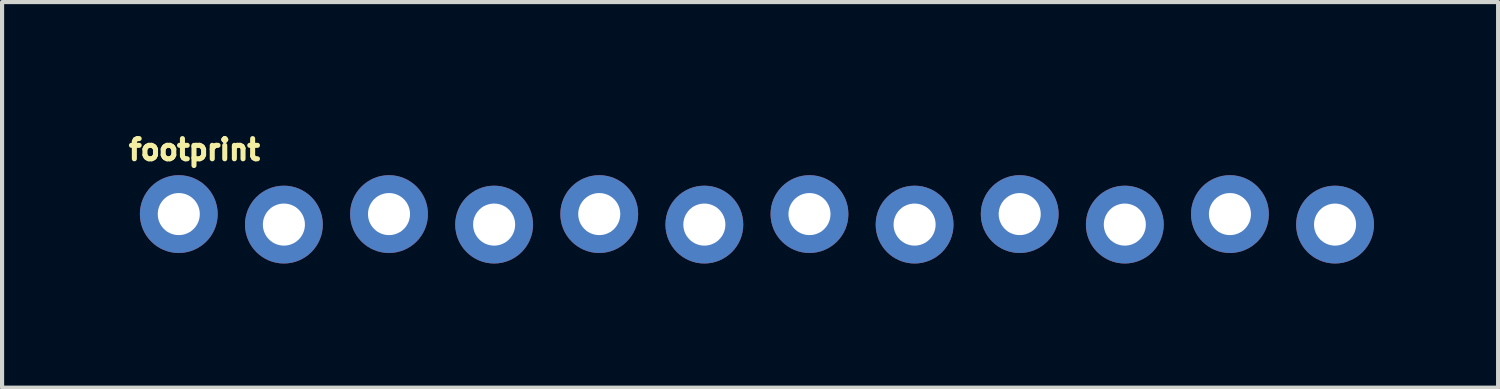
<source format=kicad_pcb>
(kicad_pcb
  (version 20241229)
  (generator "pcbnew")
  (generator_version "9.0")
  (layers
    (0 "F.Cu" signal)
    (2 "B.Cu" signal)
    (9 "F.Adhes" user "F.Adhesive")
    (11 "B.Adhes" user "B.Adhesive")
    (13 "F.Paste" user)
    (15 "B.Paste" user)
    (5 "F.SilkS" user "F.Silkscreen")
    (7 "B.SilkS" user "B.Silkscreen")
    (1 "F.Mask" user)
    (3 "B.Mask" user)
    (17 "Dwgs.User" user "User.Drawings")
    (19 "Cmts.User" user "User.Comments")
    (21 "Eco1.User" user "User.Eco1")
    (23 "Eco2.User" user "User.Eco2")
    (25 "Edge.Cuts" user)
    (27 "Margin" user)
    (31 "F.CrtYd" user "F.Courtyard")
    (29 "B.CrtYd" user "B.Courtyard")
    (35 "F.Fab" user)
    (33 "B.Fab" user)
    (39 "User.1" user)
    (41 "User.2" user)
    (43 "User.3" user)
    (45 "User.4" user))
  (footprint "footprint"
    (layer "F.Cu")
    (at 1.27 2.25)
    (property "Reference" "footprint" (at -1.27 -1.397 0) (layer "F.SilkS") (effects (font (size 0.488 0.488) (thickness 0.122)) (justify left bottom)))
    (fp_poly (pts (xy -0.254 0.254) (xy 0.254 0.254) (xy 0.254 -0.254) (xy -0.254 -0.254)) (stroke (width 0.1) (type solid)) (fill no) (layer "F.Fab"))
    (fp_poly (pts (xy 2.286 0.254) (xy 2.794 0.254) (xy 2.794 -0.254) (xy 2.286 -0.254)) (stroke (width 0.1) (type solid)) (fill no) (layer "F.Fab"))
    (fp_poly (pts (xy 4.826 0.254) (xy 5.334 0.254) (xy 5.334 -0.254) (xy 4.826 -0.254)) (stroke (width 0.1) (type solid)) (fill no) (layer "F.Fab"))
    (fp_poly (pts (xy 7.366 0.254) (xy 7.874 0.254) (xy 7.874 -0.254) (xy 7.366 -0.254)) (stroke (width 0.1) (type solid)) (fill no) (layer "F.Fab"))
    (fp_poly (pts (xy 9.906 0.254) (xy 10.414 0.254) (xy 10.414 -0.254) (xy 9.906 -0.254)) (stroke (width 0.1) (type solid)) (fill no) (layer "F.Fab"))
    (fp_poly (pts (xy 12.446 0.254) (xy 12.954 0.254) (xy 12.954 -0.254) (xy 12.446 -0.254)) (stroke (width 0.1) (type solid)) (fill no) (layer "F.Fab"))
    (fp_poly (pts (xy 14.986 0.254) (xy 15.494 0.254) (xy 15.494 -0.254) (xy 14.986 -0.254)) (stroke (width 0.1) (type solid)) (fill no) (layer "F.Fab"))
    (fp_poly (pts (xy 17.526 0.254) (xy 18.034 0.254) (xy 18.034 -0.254) (xy 17.526 -0.254)) (stroke (width 0.1) (type solid)) (fill no) (layer "F.Fab"))
    (fp_poly (pts (xy 20.066 0.254) (xy 20.574 0.254) (xy 20.574 -0.254) (xy 20.066 -0.254)) (stroke (width 0.1) (type solid)) (fill no) (layer "F.Fab"))
    (fp_poly (pts (xy 22.606 0.254) (xy 23.114 0.254) (xy 23.114 -0.254) (xy 22.606 -0.254)) (stroke (width 0.1) (type solid)) (fill no) (layer "F.Fab"))
    (fp_poly (pts (xy 25.146 0.254) (xy 25.654 0.254) (xy 25.654 -0.254) (xy 25.146 -0.254)) (stroke (width 0.1) (type solid)) (fill no) (layer "F.Fab"))
    (fp_poly (pts (xy 27.686 0.254) (xy 28.194 0.254) (xy 28.194 -0.254) (xy 27.686 -0.254)) (stroke (width 0.1) (type solid)) (fill no) (layer "F.Fab"))
    (pad "1" thru_hole circle (at 0 -0.127 90) (size 1.88 1.88) (drill 1.016) (layers "*.Cu" "*.Mask"))
    (pad "2" thru_hole circle (at 2.54 0.127 90) (size 1.88 1.88) (drill 1.016) (layers "*.Cu" "*.Mask"))
    (pad "3" thru_hole circle (at 5.08 -0.127 90) (size 1.88 1.88) (drill 1.016) (layers "*.Cu" "*.Mask"))
    (pad "4" thru_hole circle (at 7.62 0.127 90) (size 1.88 1.88) (drill 1.016) (layers "*.Cu" "*.Mask"))
    (pad "5" thru_hole circle (at 10.16 -0.127 90) (size 1.88 1.88) (drill 1.016) (layers "*.Cu" "*.Mask"))
    (pad "6" thru_hole circle (at 12.7 0.127 90) (size 1.88 1.88) (drill 1.016) (layers "*.Cu" "*.Mask"))
    (pad "7" thru_hole circle (at 15.24 -0.127 90) (size 1.88 1.88) (drill 1.016) (layers "*.Cu" "*.Mask"))
    (pad "8" thru_hole circle (at 17.78 0.127 90) (size 1.88 1.88) (drill 1.016) (layers "*.Cu" "*.Mask"))
    (pad "9" thru_hole circle (at 20.32 -0.127 90) (size 1.88 1.88) (drill 1.016) (layers "*.Cu" "*.Mask"))
    (pad "10" thru_hole circle (at 22.86 0.127 90) (size 1.88 1.88) (drill 1.016) (layers "*.Cu" "*.Mask"))
    (pad "11" thru_hole circle (at 25.4 -0.127 90) (size 1.88 1.88) (drill 1.016) (layers "*.Cu" "*.Mask"))
    (pad "12" thru_hole circle (at 27.94 0.127 90) (size 1.88 1.88) (drill 1.016) (layers "*.Cu" "*.Mask")))
  (gr_rect
    (start -3 -3)
    (end 33.15 6.317)
    (stroke (width 0.1) (type default))
    (fill no)
    (layer "Edge.Cuts")))
</source>
